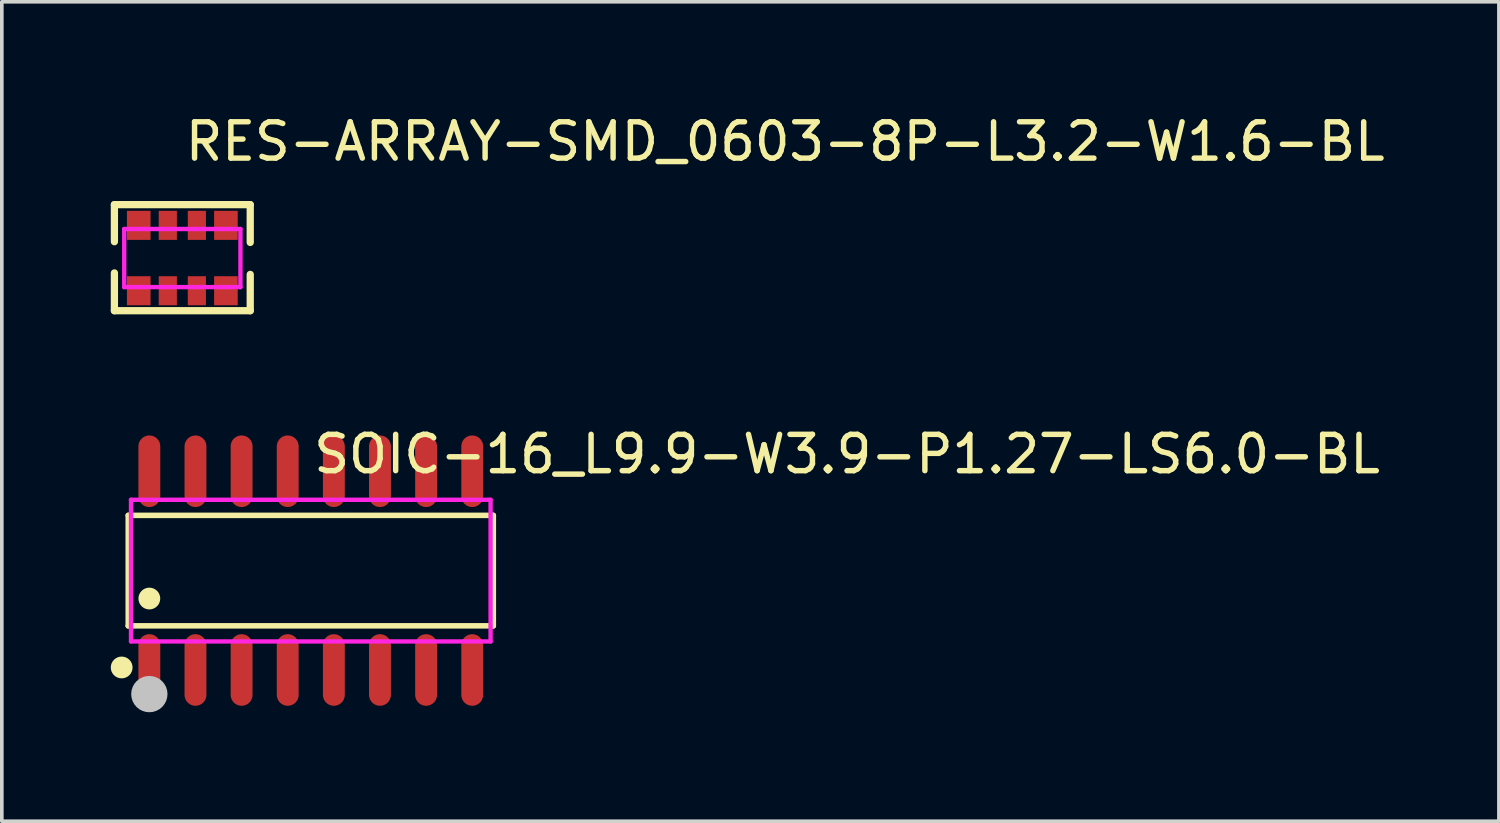
<source format=kicad_pcb>
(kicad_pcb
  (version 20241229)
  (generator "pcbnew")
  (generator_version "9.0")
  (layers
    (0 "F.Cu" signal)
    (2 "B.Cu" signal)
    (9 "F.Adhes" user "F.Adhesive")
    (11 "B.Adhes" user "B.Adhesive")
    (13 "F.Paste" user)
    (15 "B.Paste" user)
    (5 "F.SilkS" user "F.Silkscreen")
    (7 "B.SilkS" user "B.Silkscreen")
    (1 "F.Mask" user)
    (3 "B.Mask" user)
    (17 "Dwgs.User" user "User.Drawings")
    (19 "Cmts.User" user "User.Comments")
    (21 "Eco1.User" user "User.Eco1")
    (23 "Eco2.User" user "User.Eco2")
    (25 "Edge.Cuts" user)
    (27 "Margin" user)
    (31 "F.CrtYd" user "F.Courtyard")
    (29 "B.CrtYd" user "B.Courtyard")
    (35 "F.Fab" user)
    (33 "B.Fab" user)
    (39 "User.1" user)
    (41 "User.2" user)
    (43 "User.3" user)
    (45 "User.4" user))
  (footprint "SOIC-16_L9.9-W3.9-P1.27-LS6.0-BL"
    (layer "F.Cu")
    (at 5.507 12.661)
    (property "Reference" "SOIC-16_L9.9-W3.9-P1.27-LS6.0-BL" (at 0 -3.207 0) (layer "F.SilkS") (effects (font (size 1 1) (thickness 0.15)) (justify left)))
    (attr through_hole)
    (fp_line (start -5.026 -1.521) (end 5.026 -1.521) (stroke (width 0.152) (type solid)) (layer "F.SilkS"))
    (fp_line (start -5.026 1.521) (end -5.026 -1.521) (stroke (width 0.152) (type solid)) (layer "F.SilkS"))
    (fp_line (start 5.026 -1.521) (end 5.026 1.521) (stroke (width 0.152) (type solid)) (layer "F.SilkS"))
    (fp_line (start 5.026 1.521) (end -5.026 1.521) (stroke (width 0.152) (type solid)) (layer "F.SilkS"))
    (fp_circle (center -5.207 2.667) (end -5.057 2.667) (stroke (width 0.3) (type solid)) (fill no) (layer "F.SilkS"))
    (fp_circle (center -4.445 0.769) (end -4.295 0.769) (stroke (width 0.3) (type solid)) (fill no) (layer "F.SilkS"))
    (fp_circle (center -4.445 3.4) (end -4.195 3.4) (stroke (width 0.5) (type solid)) (fill no) (layer "Dwgs.User"))
    (fp_line (start -4.66 -2.31) (end -4.66 -1.94) (stroke (width 0.12) (type solid)) (layer "Eco2.User"))
    (fp_line (start -4.66 -1.94) (end -4.23 -1.94) (stroke (width 0.12) (type solid)) (layer "Eco2.User"))
    (fp_line (start -4.66 1.94) (end -4.23 1.94) (stroke (width 0.12) (type solid)) (layer "Eco2.User"))
    (fp_line (start -4.66 2.31) (end -4.66 1.94) (stroke (width 0.12) (type solid)) (layer "Eco2.User"))
    (fp_line (start -4.23 -2.31) (end -4.66 -2.31) (stroke (width 0.12) (type solid)) (layer "Eco2.User"))
    (fp_line (start -4.23 -1.94) (end -4.23 -2.31) (stroke (width 0.12) (type solid)) (layer "Eco2.User"))
    (fp_line (start -4.23 1.94) (end -4.23 2.31) (stroke (width 0.12) (type solid)) (layer "Eco2.User"))
    (fp_line (start -4.23 2.31) (end -4.66 2.31) (stroke (width 0.12) (type solid)) (layer "Eco2.User"))
    (fp_line (start -3.39 -2.31) (end -3.39 -1.94) (stroke (width 0.12) (type solid)) (layer "Eco2.User"))
    (fp_line (start -3.39 -1.94) (end -2.96 -1.94) (stroke (width 0.12) (type solid)) (layer "Eco2.User"))
    (fp_line (start -3.39 1.94) (end -2.96 1.94) (stroke (width 0.12) (type solid)) (layer "Eco2.User"))
    (fp_line (start -3.39 2.31) (end -3.39 1.94) (stroke (width 0.12) (type solid)) (layer "Eco2.User"))
    (fp_line (start -2.96 -2.31) (end -3.39 -2.31) (stroke (width 0.12) (type solid)) (layer "Eco2.User"))
    (fp_line (start -2.96 -1.94) (end -2.96 -2.31) (stroke (width 0.12) (type solid)) (layer "Eco2.User"))
    (fp_line (start -2.96 1.94) (end -2.96 2.31) (stroke (width 0.12) (type solid)) (layer "Eco2.User"))
    (fp_line (start -2.96 2.31) (end -3.39 2.31) (stroke (width 0.12) (type solid)) (layer "Eco2.User"))
    (fp_line (start -2.12 -2.31) (end -2.12 -1.94) (stroke (width 0.12) (type solid)) (layer "Eco2.User"))
    (fp_line (start -2.12 -1.94) (end -1.69 -1.94) (stroke (width 0.12) (type solid)) (layer "Eco2.User"))
    (fp_line (start -2.12 1.94) (end -1.69 1.94) (stroke (width 0.12) (type solid)) (layer "Eco2.User"))
    (fp_line (start -2.12 2.31) (end -2.12 1.94) (stroke (width 0.12) (type solid)) (layer "Eco2.User"))
    (fp_line (start -1.69 -2.31) (end -2.12 -2.31) (stroke (width 0.12) (type solid)) (layer "Eco2.User"))
    (fp_line (start -1.69 -1.94) (end -1.69 -2.31) (stroke (width 0.12) (type solid)) (layer "Eco2.User"))
    (fp_line (start -1.69 1.94) (end -1.69 2.31) (stroke (width 0.12) (type solid)) (layer "Eco2.User"))
    (fp_line (start -1.69 2.31) (end -2.12 2.31) (stroke (width 0.12) (type solid)) (layer "Eco2.User"))
    (fp_line (start -0.85 -2.31) (end -0.85 -1.94) (stroke (width 0.12) (type solid)) (layer "Eco2.User"))
    (fp_line (start -0.85 -1.94) (end -0.42 -1.94) (stroke (width 0.12) (type solid)) (layer "Eco2.User"))
    (fp_line (start -0.85 1.94) (end -0.42 1.94) (stroke (width 0.12) (type solid)) (layer "Eco2.User"))
    (fp_line (start -0.85 2.31) (end -0.85 1.94) (stroke (width 0.12) (type solid)) (layer "Eco2.User"))
    (fp_line (start -0.42 -2.31) (end -0.85 -2.31) (stroke (width 0.12) (type solid)) (layer "Eco2.User"))
    (fp_line (start -0.42 -1.94) (end -0.42 -2.31) (stroke (width 0.12) (type solid)) (layer "Eco2.User"))
    (fp_line (start -0.42 1.94) (end -0.42 2.31) (stroke (width 0.12) (type solid)) (layer "Eco2.User"))
    (fp_line (start -0.42 2.31) (end -0.85 2.31) (stroke (width 0.12) (type solid)) (layer "Eco2.User"))
    (fp_line (start 0.42 -2.31) (end 0.42 -1.94) (stroke (width 0.12) (type solid)) (layer "Eco2.User"))
    (fp_line (start 0.42 -1.94) (end 0.85 -1.94) (stroke (width 0.12) (type solid)) (layer "Eco2.User"))
    (fp_line (start 0.42 1.94) (end 0.85 1.94) (stroke (width 0.12) (type solid)) (layer "Eco2.User"))
    (fp_line (start 0.42 2.31) (end 0.42 1.94) (stroke (width 0.12) (type solid)) (layer "Eco2.User"))
    (fp_line (start 0.85 -2.31) (end 0.42 -2.31) (stroke (width 0.12) (type solid)) (layer "Eco2.User"))
    (fp_line (start 0.85 -1.94) (end 0.85 -2.31) (stroke (width 0.12) (type solid)) (layer "Eco2.User"))
    (fp_line (start 0.85 1.94) (end 0.85 2.31) (stroke (width 0.12) (type solid)) (layer "Eco2.User"))
    (fp_line (start 0.85 2.31) (end 0.42 2.31) (stroke (width 0.12) (type solid)) (layer "Eco2.User"))
    (fp_line (start 1.69 -2.31) (end 1.69 -1.94) (stroke (width 0.12) (type solid)) (layer "Eco2.User"))
    (fp_line (start 1.69 -1.94) (end 2.12 -1.94) (stroke (width 0.12) (type solid)) (layer "Eco2.User"))
    (fp_line (start 1.69 1.94) (end 2.12 1.94) (stroke (width 0.12) (type solid)) (layer "Eco2.User"))
    (fp_line (start 1.69 2.31) (end 1.69 1.94) (stroke (width 0.12) (type solid)) (layer "Eco2.User"))
    (fp_line (start 2.12 -2.31) (end 1.69 -2.31) (stroke (width 0.12) (type solid)) (layer "Eco2.User"))
    (fp_line (start 2.12 -1.94) (end 2.12 -2.31) (stroke (width 0.12) (type solid)) (layer "Eco2.User"))
    (fp_line (start 2.12 1.94) (end 2.12 2.31) (stroke (width 0.12) (type solid)) (layer "Eco2.User"))
    (fp_line (start 2.12 2.31) (end 1.69 2.31) (stroke (width 0.12) (type solid)) (layer "Eco2.User"))
    (fp_line (start 2.96 -2.31) (end 2.96 -1.94) (stroke (width 0.12) (type solid)) (layer "Eco2.User"))
    (fp_line (start 2.96 -1.94) (end 3.39 -1.94) (stroke (width 0.12) (type solid)) (layer "Eco2.User"))
    (fp_line (start 2.96 1.94) (end 3.39 1.94) (stroke (width 0.12) (type solid)) (layer "Eco2.User"))
    (fp_line (start 2.96 2.31) (end 2.96 1.94) (stroke (width 0.12) (type solid)) (layer "Eco2.User"))
    (fp_line (start 3.39 -2.31) (end 2.96 -2.31) (stroke (width 0.12) (type solid)) (layer "Eco2.User"))
    (fp_line (start 3.39 -1.94) (end 3.39 -2.31) (stroke (width 0.12) (type solid)) (layer "Eco2.User"))
    (fp_line (start 3.39 1.94) (end 3.39 2.31) (stroke (width 0.12) (type solid)) (layer "Eco2.User"))
    (fp_line (start 3.39 2.31) (end 2.96 2.31) (stroke (width 0.12) (type solid)) (layer "Eco2.User"))
    (fp_line (start 4.23 -2.31) (end 4.23 -1.94) (stroke (width 0.12) (type solid)) (layer "Eco2.User"))
    (fp_line (start 4.23 -1.94) (end 4.66 -1.94) (stroke (width 0.12) (type solid)) (layer "Eco2.User"))
    (fp_line (start 4.23 1.94) (end 4.66 1.94) (stroke (width 0.12) (type solid)) (layer "Eco2.User"))
    (fp_line (start 4.23 2.31) (end 4.23 1.94) (stroke (width 0.12) (type solid)) (layer "Eco2.User"))
    (fp_line (start 4.66 -2.31) (end 4.23 -2.31) (stroke (width 0.12) (type solid)) (layer "Eco2.User"))
    (fp_line (start 4.66 -1.94) (end 4.66 -2.31) (stroke (width 0.12) (type solid)) (layer "Eco2.User"))
    (fp_line (start 4.66 1.94) (end 4.66 2.31) (stroke (width 0.12) (type solid)) (layer "Eco2.User"))
    (fp_line (start 4.66 2.31) (end 4.23 2.31) (stroke (width 0.12) (type solid)) (layer "Eco2.User"))
    (fp_circle (center -4.95 3) (end -4.92 3) (stroke (width 0.06) (type solid)) (fill no) (layer "Eco2.User"))
    (fp_poly (pts (xy -4.66 -3) (xy -4.66 -2.3) (xy -4.23 -2.3) (xy -4.23 -3)) (stroke (width 0.12) (type solid)) (fill no) (layer "Eco2.User"))
    (fp_poly (pts (xy -4.66 3) (xy -4.66 2.3) (xy -4.23 2.3) (xy -4.23 3)) (stroke (width 0.12) (type solid)) (fill no) (layer "Eco2.User"))
    (fp_poly (pts (xy -3.39 -3) (xy -3.39 -2.3) (xy -2.96 -2.3) (xy -2.96 -3)) (stroke (width 0.12) (type solid)) (fill no) (layer "Eco2.User"))
    (fp_poly (pts (xy -3.39 3) (xy -3.39 2.3) (xy -2.96 2.3) (xy -2.96 3)) (stroke (width 0.12) (type solid)) (fill no) (layer "Eco2.User"))
    (fp_poly (pts (xy -2.12 -3) (xy -2.12 -2.3) (xy -1.69 -2.3) (xy -1.69 -3)) (stroke (width 0.12) (type solid)) (fill no) (layer "Eco2.User"))
    (fp_poly (pts (xy -2.12 3) (xy -2.12 2.3) (xy -1.69 2.3) (xy -1.69 3)) (stroke (width 0.12) (type solid)) (fill no) (layer "Eco2.User"))
    (fp_poly (pts (xy -0.85 -3) (xy -0.85 -2.3) (xy -0.42 -2.3) (xy -0.42 -3)) (stroke (width 0.12) (type solid)) (fill no) (layer "Eco2.User"))
    (fp_poly (pts (xy -0.85 3) (xy -0.85 2.3) (xy -0.42 2.3) (xy -0.42 3)) (stroke (width 0.12) (type solid)) (fill no) (layer "Eco2.User"))
    (fp_poly (pts (xy 0.42 -3) (xy 0.42 -2.3) (xy 0.85 -2.3) (xy 0.85 -3)) (stroke (width 0.12) (type solid)) (fill no) (layer "Eco2.User"))
    (fp_poly (pts (xy 0.42 3) (xy 0.42 2.3) (xy 0.85 2.3) (xy 0.85 3)) (stroke (width 0.12) (type solid)) (fill no) (layer "Eco2.User"))
    (fp_poly (pts (xy 1.69 -3) (xy 1.69 -2.3) (xy 2.12 -2.3) (xy 2.12 -3)) (stroke (width 0.12) (type solid)) (fill no) (layer "Eco2.User"))
    (fp_poly (pts (xy 1.69 3) (xy 1.69 2.3) (xy 2.12 2.3) (xy 2.12 3)) (stroke (width 0.12) (type solid)) (fill no) (layer "Eco2.User"))
    (fp_poly (pts (xy 2.96 -3) (xy 2.96 -2.3) (xy 3.39 -2.3) (xy 3.39 -3)) (stroke (width 0.12) (type solid)) (fill no) (layer "Eco2.User"))
    (fp_poly (pts (xy 2.96 3) (xy 2.96 2.3) (xy 3.39 2.3) (xy 3.39 3)) (stroke (width 0.12) (type solid)) (fill no) (layer "Eco2.User"))
    (fp_poly (pts (xy 4.23 -3) (xy 4.23 -2.3) (xy 4.66 -2.3) (xy 4.66 -3)) (stroke (width 0.12) (type solid)) (fill no) (layer "Eco2.User"))
    (fp_poly (pts (xy 4.23 3) (xy 4.23 2.3) (xy 4.66 2.3) (xy 4.66 3)) (stroke (width 0.12) (type solid)) (fill no) (layer "Eco2.User"))
    (fp_line (start -4.95 -1.95) (end 4.95 -1.95) (stroke (width 0.12) (type solid)) (layer "F.CrtYd"))
    (fp_line (start -4.95 1.95) (end -4.95 -1.95) (stroke (width 0.12) (type solid)) (layer "F.CrtYd"))
    (fp_line (start 4.95 -1.95) (end 4.95 1.95) (stroke (width 0.12) (type solid)) (layer "F.CrtYd"))
    (fp_line (start 4.95 1.95) (end -4.95 1.95) (stroke (width 0.12) (type solid)) (layer "F.CrtYd"))
    (pad "1" smd oval (at -4.445 2.736) (size 0.602 1.971) (layers "F.Cu" "F.Mask" "F.Paste"))
    (pad "2" smd oval (at -3.175 2.736) (size 0.602 1.971) (layers "F.Cu" "F.Mask" "F.Paste"))
    (pad "3" smd oval (at -1.905 2.736) (size 0.602 1.971) (layers "F.Cu" "F.Mask" "F.Paste"))
    (pad "4" smd oval (at -0.635 2.736) (size 0.602 1.971) (layers "F.Cu" "F.Mask" "F.Paste"))
    (pad "5" smd oval (at 0.635 2.736) (size 0.602 1.971) (layers "F.Cu" "F.Mask" "F.Paste"))
    (pad "6" smd oval (at 1.905 2.736) (size 0.602 1.971) (layers "F.Cu" "F.Mask" "F.Paste"))
    (pad "7" smd oval (at 3.175 2.736) (size 0.602 1.971) (layers "F.Cu" "F.Mask" "F.Paste"))
    (pad "8" smd oval (at 4.445 2.736) (size 0.602 1.971) (layers "F.Cu" "F.Mask" "F.Paste"))
    (pad "9" smd oval (at 4.445 -2.736) (size 0.602 1.971) (layers "F.Cu" "F.Mask" "F.Paste"))
    (pad "10" smd oval (at 3.175 -2.736) (size 0.602 1.971) (layers "F.Cu" "F.Mask" "F.Paste"))
    (pad "11" smd oval (at 1.905 -2.736) (size 0.602 1.971) (layers "F.Cu" "F.Mask" "F.Paste"))
    (pad "12" smd oval (at 0.635 -2.736) (size 0.602 1.971) (layers "F.Cu" "F.Mask" "F.Paste"))
    (pad "13" smd oval (at -0.635 -2.736) (size 0.602 1.971) (layers "F.Cu" "F.Mask" "F.Paste"))
    (pad "14" smd oval (at -1.905 -2.736) (size 0.602 1.971) (layers "F.Cu" "F.Mask" "F.Paste"))
    (pad "15" smd oval (at -3.175 -2.736) (size 0.602 1.971) (layers "F.Cu" "F.Mask" "F.Paste"))
    (pad "16" smd oval (at -4.445 -2.736) (size 0.602 1.971) (layers "F.Cu" "F.Mask" "F.Paste")))
  (footprint "RES-ARRAY-SMD_0603-8P-L3.2-W1.6-BL"
    (layer "F.Cu")
    (at 1.97 4.055)
    (property "Reference" "RES-ARRAY-SMD_0603-8P-L3.2-W1.6-BL" (at 0 -3.207 0) (layer "F.SilkS") (effects (font (size 1 1) (thickness 0.15)) (justify left)))
    (attr through_hole)
    (fp_line (start -1.87 -1.47) (end 1.87 -1.47) (stroke (width 0.2) (type solid)) (layer "F.SilkS"))
    (fp_line (start -1.87 -0.45) (end -1.87 -1.47) (stroke (width 0.2) (type solid)) (layer "F.SilkS"))
    (fp_line (start -1.87 1.45) (end -1.87 0.41) (stroke (width 0.2) (type solid)) (layer "F.SilkS"))
    (fp_line (start 1.87 -1.47) (end 1.87 -0.43) (stroke (width 0.2) (type solid)) (layer "F.SilkS"))
    (fp_line (start 1.87 0.45) (end 1.87 1.45) (stroke (width 0.2) (type solid)) (layer "F.SilkS"))
    (fp_line (start 1.87 1.45) (end -1.87 1.45) (stroke (width 0.2) (type solid)) (layer "F.SilkS"))
    (fp_circle (center -1.6 0.8) (end -1.57 0.8) (stroke (width 0.06) (type solid)) (fill no) (layer "Eco2.User"))
    (fp_poly (pts (xy -1.45 -0.5) (xy -1.45 -0.8) (xy -0.95 -0.8) (xy -0.95 -0.5)) (stroke (width 0.12) (type solid)) (fill no) (layer "Eco2.User"))
    (fp_poly (pts (xy -1.45 0.8) (xy -1.45 0.5) (xy -0.95 0.5) (xy -0.95 0.8)) (stroke (width 0.12) (type solid)) (fill no) (layer "Eco2.User"))
    (fp_poly (pts (xy -0.65 -0.5) (xy -0.65 -0.8) (xy -0.15 -0.8) (xy -0.15 -0.5)) (stroke (width 0.12) (type solid)) (fill no) (layer "Eco2.User"))
    (fp_poly (pts (xy -0.65 0.8) (xy -0.65 0.5) (xy -0.15 0.5) (xy -0.15 0.8)) (stroke (width 0.12) (type solid)) (fill no) (layer "Eco2.User"))
    (fp_poly (pts (xy 0.15 -0.5) (xy 0.15 -0.8) (xy 0.65 -0.8) (xy 0.65 -0.5)) (stroke (width 0.12) (type solid)) (fill no) (layer "Eco2.User"))
    (fp_poly (pts (xy 0.15 0.8) (xy 0.15 0.5) (xy 0.65 0.5) (xy 0.65 0.8)) (stroke (width 0.12) (type solid)) (fill no) (layer "Eco2.User"))
    (fp_poly (pts (xy 0.95 -0.5) (xy 0.95 -0.8) (xy 1.45 -0.8) (xy 1.45 -0.5)) (stroke (width 0.12) (type solid)) (fill no) (layer "Eco2.User"))
    (fp_poly (pts (xy 0.95 0.8) (xy 0.95 0.5) (xy 1.45 0.5) (xy 1.45 0.8)) (stroke (width 0.12) (type solid)) (fill no) (layer "Eco2.User"))
    (fp_line (start -1.6 -0.8) (end 1.6 -0.8) (stroke (width 0.12) (type solid)) (layer "F.CrtYd"))
    (fp_line (start -1.6 0.8) (end -1.6 -0.8) (stroke (width 0.12) (type solid)) (layer "F.CrtYd"))
    (fp_line (start 1.6 -0.8) (end 1.6 0.8) (stroke (width 0.12) (type solid)) (layer "F.CrtYd"))
    (fp_line (start 1.6 0.8) (end -1.6 0.8) (stroke (width 0.12) (type solid)) (layer "F.CrtYd"))
    (pad "1" smd rect (at -1.2 0.9) (size 0.65 0.8) (layers "F.Cu" "F.Mask" "F.Paste"))
    (pad "2" smd rect (at -0.4 0.9) (size 0.5 0.8) (layers "F.Cu" "F.Mask" "F.Paste"))
    (pad "3" smd rect (at 0.4 0.9) (size 0.5 0.8) (layers "F.Cu" "F.Mask" "F.Paste"))
    (pad "4" smd rect (at 1.2 0.9) (size 0.65 0.8) (layers "F.Cu" "F.Mask" "F.Paste"))
    (pad "5" smd rect (at 1.2 -0.9) (size 0.65 0.8) (layers "F.Cu" "F.Mask" "F.Paste"))
    (pad "6" smd rect (at 0.4 -0.9) (size 0.5 0.8) (layers "F.Cu" "F.Mask" "F.Paste"))
    (pad "7" smd rect (at -0.4 -0.9) (size 0.5 0.8) (layers "F.Cu" "F.Mask" "F.Paste"))
    (pad "8" smd rect (at -1.2 -0.9) (size 0.65 0.8) (layers "F.Cu" "F.Mask" "F.Paste")))
  (gr_rect
    (start -3 -3)
    (end 38.22 19.561)
    (stroke (width 0.1) (type default))
    (fill no)
    (layer "Edge.Cuts")))
</source>
